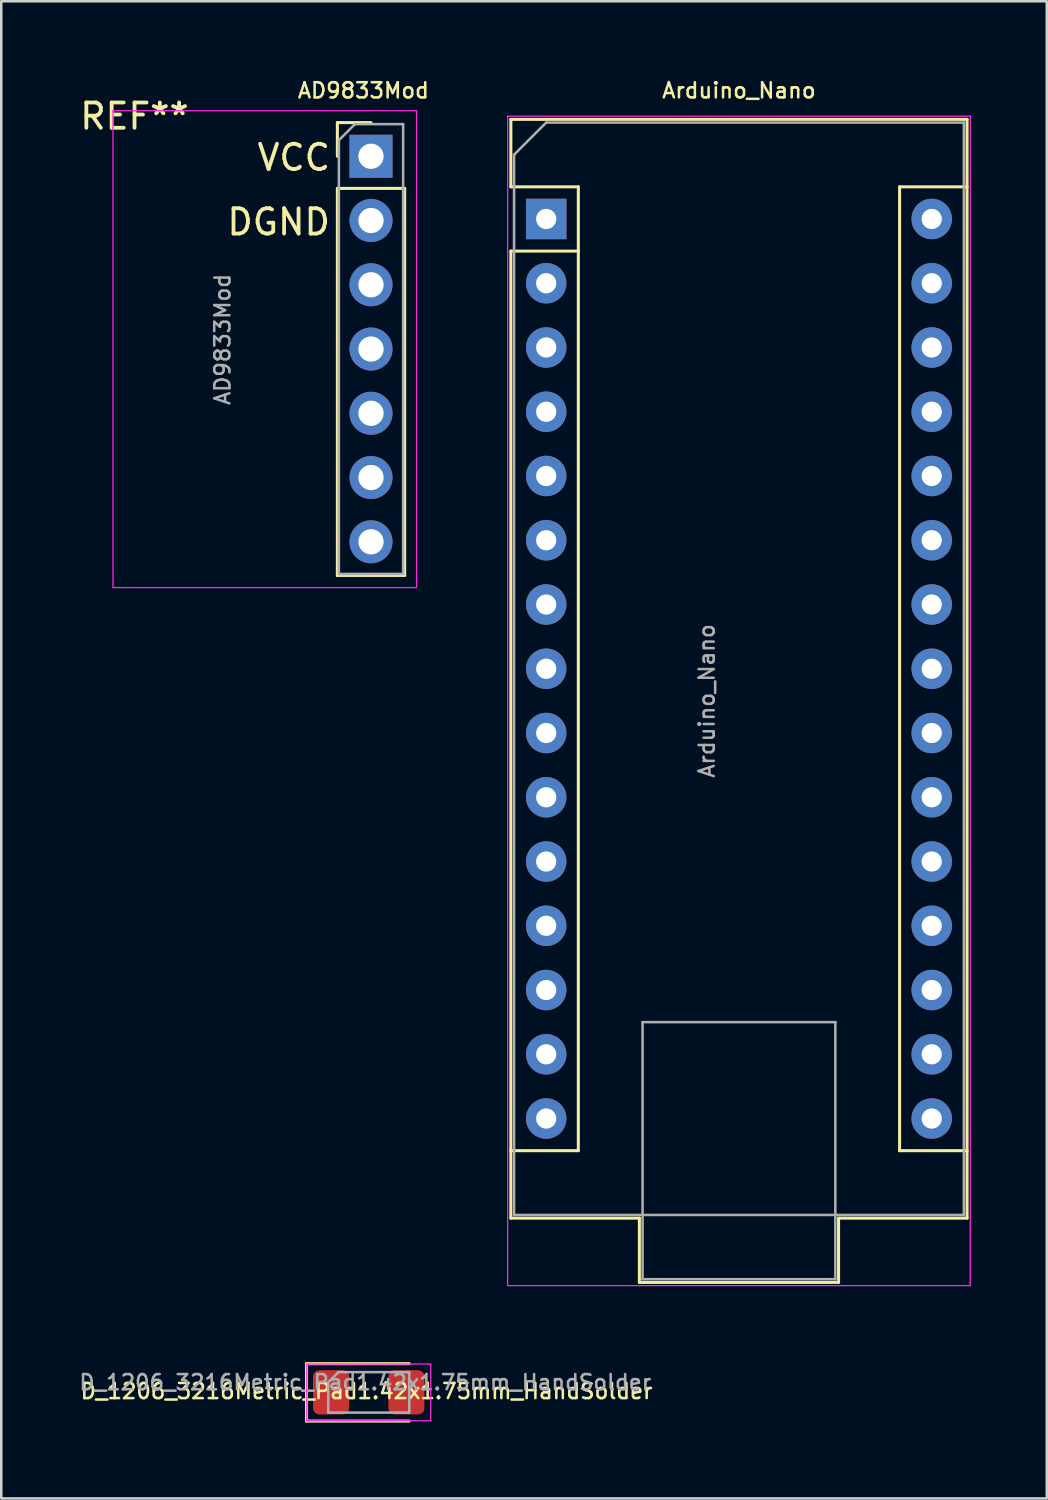
<source format=kicad_pcb>
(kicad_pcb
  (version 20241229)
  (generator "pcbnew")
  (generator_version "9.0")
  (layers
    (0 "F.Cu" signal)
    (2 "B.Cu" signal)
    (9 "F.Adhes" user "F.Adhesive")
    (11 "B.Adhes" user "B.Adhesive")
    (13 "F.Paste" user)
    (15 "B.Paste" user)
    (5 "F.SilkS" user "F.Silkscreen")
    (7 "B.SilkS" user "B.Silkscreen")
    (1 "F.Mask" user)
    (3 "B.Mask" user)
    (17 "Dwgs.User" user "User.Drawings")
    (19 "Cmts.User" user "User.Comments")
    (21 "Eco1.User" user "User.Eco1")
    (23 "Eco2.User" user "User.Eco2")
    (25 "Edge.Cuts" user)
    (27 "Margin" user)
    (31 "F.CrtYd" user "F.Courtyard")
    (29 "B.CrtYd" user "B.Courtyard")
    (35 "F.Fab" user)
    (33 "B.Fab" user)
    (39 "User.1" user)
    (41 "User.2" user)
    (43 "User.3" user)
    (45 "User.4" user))
  (footprint "D_1206_3216Metric_Pad1.42x1.75mm_HandSolder"
    (layer "F.Cu")
    (at 11.527 51.99)
    (property "Reference" "D_1206_3216Metric_Pad1.42x1.75mm_HandSolder" (at -0.086 -0.046 0) (layer "F.SilkS") (effects (font (size 0.6 0.6) (thickness 0.1))))
    (attr smd)
    (fp_line (start -2.46 -1.135) (end -2.46 1.135) (stroke (width 0.12) (type solid)) (layer "F.SilkS"))
    (fp_line (start -2.46 1.135) (end 1.6 1.135) (stroke (width 0.12) (type solid)) (layer "F.SilkS"))
    (fp_line (start 1.6 -1.135) (end -2.46 -1.135) (stroke (width 0.12) (type solid)) (layer "F.SilkS"))
    (fp_line (start -2.45 -1.12) (end 2.45 -1.12) (stroke (width 0.05) (type solid)) (layer "F.CrtYd"))
    (fp_line (start -2.45 1.12) (end -2.45 -1.12) (stroke (width 0.05) (type solid)) (layer "F.CrtYd"))
    (fp_line (start 2.45 -1.12) (end 2.45 1.12) (stroke (width 0.05) (type solid)) (layer "F.CrtYd"))
    (fp_line (start 2.45 1.12) (end -2.45 1.12) (stroke (width 0.05) (type solid)) (layer "F.CrtYd"))
    (fp_line (start -1.6 -0.4) (end -1.6 0.8) (stroke (width 0.1) (type solid)) (layer "F.Fab"))
    (fp_line (start -1.6 0.8) (end 1.6 0.8) (stroke (width 0.1) (type solid)) (layer "F.Fab"))
    (fp_line (start -1.2 -0.8) (end -1.6 -0.4) (stroke (width 0.1) (type solid)) (layer "F.Fab"))
    (fp_line (start 1.6 -0.8) (end -1.2 -0.8) (stroke (width 0.1) (type solid)) (layer "F.Fab"))
    (fp_line (start 1.6 0.8) (end 1.6 -0.8) (stroke (width 0.1) (type solid)) (layer "F.Fab"))
    (fp_text user "${REFERENCE}" (at -0.137 -0.396 0) (layer "F.Fab") (effects (font (size 0.6 0.6) (thickness 0.1))))
    (pad "1" smd roundrect (at -1.488 0) (size 1.425 1.75) (layers "F.Cu" "F.Mask" "F.Paste") (roundrect_rratio 0.175))
    (pad "2" smd roundrect (at 1.488 0) (size 1.425 1.75) (layers "F.Cu" "F.Mask" "F.Paste") (roundrect_rratio 0.175)))
  (footprint "AD9833Mod"
    (layer "F.Cu")
    (at 11.616 3.127)
    (property "Reference" "AD9833Mod" (at -0.3 -2.6 0) (layer "F.SilkS") (effects (font (size 0.6 0.6) (thickness 0.1))))
    (attr through_hole)
    (fp_line (start -1.33 -1.33) (end 0 -1.33) (stroke (width 0.12) (type solid)) (layer "F.SilkS"))
    (fp_line (start -1.33 0) (end -1.33 -1.33) (stroke (width 0.12) (type solid)) (layer "F.SilkS"))
    (fp_line (start -1.33 1.27) (end -1.33 16.57) (stroke (width 0.12) (type solid)) (layer "F.SilkS"))
    (fp_line (start -1.33 1.27) (end 1.33 1.27) (stroke (width 0.12) (type solid)) (layer "F.SilkS"))
    (fp_line (start -1.33 16.57) (end 1.33 16.57) (stroke (width 0.12) (type solid)) (layer "F.SilkS"))
    (fp_line (start 1.33 1.27) (end 1.33 16.57) (stroke (width 0.12) (type solid)) (layer "F.SilkS"))
    (fp_line (start -10.2 -1.8) (end -10.2 17.05) (stroke (width 0.05) (type solid)) (layer "F.CrtYd"))
    (fp_line (start -10.2 17.05) (end 1.8 17.05) (stroke (width 0.05) (type solid)) (layer "F.CrtYd"))
    (fp_line (start 1.8 -1.8) (end -10.2 -1.8) (stroke (width 0.05) (type solid)) (layer "F.CrtYd"))
    (fp_line (start 1.8 17.05) (end 1.8 -1.8) (stroke (width 0.05) (type solid)) (layer "F.CrtYd"))
    (fp_line (start -1.27 -0.635) (end -0.635 -1.27) (stroke (width 0.1) (type solid)) (layer "F.Fab"))
    (fp_line (start -1.27 16.51) (end -1.27 -0.635) (stroke (width 0.1) (type solid)) (layer "F.Fab"))
    (fp_line (start -0.635 -1.27) (end 1.27 -1.27) (stroke (width 0.1) (type solid)) (layer "F.Fab"))
    (fp_line (start 1.27 -1.27) (end 1.27 16.51) (stroke (width 0.1) (type solid)) (layer "F.Fab"))
    (fp_line (start 1.27 16.51) (end -1.27 16.51) (stroke (width 0.1) (type solid)) (layer "F.Fab"))
    (fp_text user "DGND" (at -3.65 2.6 0) (layer "F.SilkS") (effects (font (size 1 1) (thickness 0.15))))
    (fp_text user "REF**" (at -9.348 -1.581 0) (layer "F.SilkS") (effects (font (size 1 1) (thickness 0.15))))
    (fp_text user "VCC" (at -3.05 0.05 0) (layer "F.SilkS") (effects (font (size 1 1) (thickness 0.15))))
    (fp_text user "${REFERENCE}" (at -5.87 7.24 90) (layer "F.Fab") (effects (font (size 0.6 0.6) (thickness 0.1))))
    (pad "1" thru_hole rect (at 0 0) (size 1.7 1.7) (drill 1) (layers "*.Cu" "*.Mask"))
    (pad "2" thru_hole oval (at 0 2.54) (size 1.7 1.7) (drill 1) (layers "*.Cu" "*.Mask"))
    (pad "3" thru_hole oval (at 0 5.08) (size 1.7 1.7) (drill 1) (layers "*.Cu" "*.Mask"))
    (pad "4" thru_hole oval (at 0 7.62) (size 1.7 1.7) (drill 1) (layers "*.Cu" "*.Mask"))
    (pad "5" thru_hole oval (at 0 10.16) (size 1.7 1.7) (drill 1) (layers "*.Cu" "*.Mask"))
    (pad "6" thru_hole oval (at 0 12.7) (size 1.7 1.7) (drill 1) (layers "*.Cu" "*.Mask"))
    (pad "7" thru_hole oval (at 0 15.24) (size 1.7 1.7) (drill 1) (layers "*.Cu" "*.Mask")))
  (footprint "Arduino_Nano"
    (layer "F.Cu")
    (at 18.541 5.606)
    (property "Reference" "Arduino_Nano" (at 7.62 -5.08 0) (layer "F.SilkS") (effects (font (size 0.6 0.6) (thickness 0.1))))
    (attr through_hole)
    (fp_line (start -1.397 -3.937) (end -1.397 -1.27) (stroke (width 0.12) (type solid)) (layer "F.SilkS"))
    (fp_line (start -1.397 1.27) (end -1.397 39.497) (stroke (width 0.12) (type solid)) (layer "F.SilkS"))
    (fp_line (start -1.397 39.497) (end 3.683 39.497) (stroke (width 0.12) (type solid)) (layer "F.SilkS"))
    (fp_line (start 1.27 -1.27) (end -1.397 -1.27) (stroke (width 0.12) (type solid)) (layer "F.SilkS"))
    (fp_line (start 1.27 1.27) (end -1.397 1.27) (stroke (width 0.12) (type solid)) (layer "F.SilkS"))
    (fp_line (start 1.27 1.27) (end 1.27 -1.27) (stroke (width 0.12) (type solid)) (layer "F.SilkS"))
    (fp_line (start 1.27 1.27) (end 1.27 36.83) (stroke (width 0.12) (type solid)) (layer "F.SilkS"))
    (fp_line (start 1.27 36.83) (end -1.4 36.83) (stroke (width 0.12) (type solid)) (layer "F.SilkS"))
    (fp_line (start 3.683 42.037) (end 3.683 39.497) (stroke (width 0.12) (type solid)) (layer "F.SilkS"))
    (fp_line (start 3.683 42.037) (end 11.557 42.037) (stroke (width 0.12) (type solid)) (layer "F.SilkS"))
    (fp_line (start 11.557 39.497) (end 16.637 39.497) (stroke (width 0.12) (type solid)) (layer "F.SilkS"))
    (fp_line (start 11.557 42.037) (end 11.557 39.497) (stroke (width 0.12) (type solid)) (layer "F.SilkS"))
    (fp_line (start 13.97 -1.27) (end 13.97 36.83) (stroke (width 0.12) (type solid)) (layer "F.SilkS"))
    (fp_line (start 13.97 -1.27) (end 16.64 -1.27) (stroke (width 0.12) (type solid)) (layer "F.SilkS"))
    (fp_line (start 13.97 36.83) (end 16.64 36.83) (stroke (width 0.12) (type solid)) (layer "F.SilkS"))
    (fp_line (start 16.637 -3.937) (end -1.397 -3.937) (stroke (width 0.12) (type solid)) (layer "F.SilkS"))
    (fp_line (start 16.637 39.497) (end 16.637 -3.937) (stroke (width 0.12) (type solid)) (layer "F.SilkS"))
    (fp_line (start -1.524 -4.064) (end -1.524 42.164) (stroke (width 0.05) (type solid)) (layer "F.CrtYd"))
    (fp_line (start -1.524 -4.064) (end 16.764 -4.064) (stroke (width 0.05) (type solid)) (layer "F.CrtYd"))
    (fp_line (start 16.764 42.164) (end -1.524 42.164) (stroke (width 0.05) (type solid)) (layer "F.CrtYd"))
    (fp_line (start 16.764 42.164) (end 16.764 -4.064) (stroke (width 0.05) (type solid)) (layer "F.CrtYd"))
    (fp_line (start -1.27 -2.54) (end 0 -3.81) (stroke (width 0.1) (type solid)) (layer "F.Fab"))
    (fp_line (start -1.27 39.37) (end -1.27 -2.54) (stroke (width 0.1) (type solid)) (layer "F.Fab"))
    (fp_line (start 0 -3.81) (end 16.51 -3.81) (stroke (width 0.1) (type solid)) (layer "F.Fab"))
    (fp_line (start 3.81 31.75) (end 11.43 31.75) (stroke (width 0.1) (type solid)) (layer "F.Fab"))
    (fp_line (start 3.81 41.91) (end 3.81 31.75) (stroke (width 0.1) (type solid)) (layer "F.Fab"))
    (fp_line (start 11.43 31.75) (end 11.43 41.91) (stroke (width 0.1) (type solid)) (layer "F.Fab"))
    (fp_line (start 11.43 41.91) (end 3.81 41.91) (stroke (width 0.1) (type solid)) (layer "F.Fab"))
    (fp_line (start 16.51 -3.81) (end 16.51 39.37) (stroke (width 0.1) (type solid)) (layer "F.Fab"))
    (fp_line (start 16.51 39.37) (end -1.27 39.37) (stroke (width 0.1) (type solid)) (layer "F.Fab"))
    (fp_text user "${REFERENCE}" (at 6.35 19.05 90) (layer "F.Fab") (effects (font (size 0.6 0.6) (thickness 0.1))))
    (pad "1" thru_hole rect (at 0 0) (size 1.6 1.6) (drill 0.8) (layers "*.Cu" "*.Mask"))
    (pad "2" thru_hole oval (at 0 2.54) (size 1.6 1.6) (drill 0.8) (layers "*.Cu" "*.Mask"))
    (pad "3" thru_hole oval (at 0 5.08) (size 1.6 1.6) (drill 0.8) (layers "*.Cu" "*.Mask"))
    (pad "4" thru_hole oval (at 0 7.62) (size 1.6 1.6) (drill 0.8) (layers "*.Cu" "*.Mask"))
    (pad "5" thru_hole oval (at 0 10.16) (size 1.6 1.6) (drill 0.8) (layers "*.Cu" "*.Mask"))
    (pad "6" thru_hole oval (at 0 12.7) (size 1.6 1.6) (drill 0.8) (layers "*.Cu" "*.Mask"))
    (pad "7" thru_hole oval (at 0 15.24) (size 1.6 1.6) (drill 0.8) (layers "*.Cu" "*.Mask"))
    (pad "8" thru_hole oval (at 0 17.78) (size 1.6 1.6) (drill 0.8) (layers "*.Cu" "*.Mask"))
    (pad "9" thru_hole oval (at 0 20.32) (size 1.6 1.6) (drill 0.8) (layers "*.Cu" "*.Mask"))
    (pad "10" thru_hole oval (at 0 22.86) (size 1.6 1.6) (drill 0.8) (layers "*.Cu" "*.Mask"))
    (pad "11" thru_hole oval (at 0 25.4) (size 1.6 1.6) (drill 0.8) (layers "*.Cu" "*.Mask"))
    (pad "12" thru_hole oval (at 0 27.94) (size 1.6 1.6) (drill 0.8) (layers "*.Cu" "*.Mask"))
    (pad "13" thru_hole oval (at 0 30.48) (size 1.6 1.6) (drill 0.8) (layers "*.Cu" "*.Mask"))
    (pad "14" thru_hole oval (at 0 33.02) (size 1.6 1.6) (drill 0.8) (layers "*.Cu" "*.Mask"))
    (pad "15" thru_hole oval (at 0 35.56) (size 1.6 1.6) (drill 0.8) (layers "*.Cu" "*.Mask"))
    (pad "16" thru_hole oval (at 15.24 35.56) (size 1.6 1.6) (drill 0.8) (layers "*.Cu" "*.Mask"))
    (pad "17" thru_hole oval (at 15.24 33.02) (size 1.6 1.6) (drill 0.8) (layers "*.Cu" "*.Mask"))
    (pad "18" thru_hole oval (at 15.24 30.48) (size 1.6 1.6) (drill 0.8) (layers "*.Cu" "*.Mask"))
    (pad "19" thru_hole oval (at 15.24 27.94) (size 1.6 1.6) (drill 0.8) (layers "*.Cu" "*.Mask"))
    (pad "20" thru_hole oval (at 15.24 25.4) (size 1.6 1.6) (drill 0.8) (layers "*.Cu" "*.Mask"))
    (pad "21" thru_hole oval (at 15.24 22.86) (size 1.6 1.6) (drill 0.8) (layers "*.Cu" "*.Mask"))
    (pad "22" thru_hole oval (at 15.24 20.32) (size 1.6 1.6) (drill 0.8) (layers "*.Cu" "*.Mask"))
    (pad "23" thru_hole oval (at 15.24 17.78) (size 1.6 1.6) (drill 0.8) (layers "*.Cu" "*.Mask"))
    (pad "24" thru_hole oval (at 15.24 15.24) (size 1.6 1.6) (drill 0.8) (layers "*.Cu" "*.Mask"))
    (pad "25" thru_hole oval (at 15.24 12.7) (size 1.6 1.6) (drill 0.8) (layers "*.Cu" "*.Mask"))
    (pad "26" thru_hole oval (at 15.24 10.16) (size 1.6 1.6) (drill 0.8) (layers "*.Cu" "*.Mask"))
    (pad "27" thru_hole oval (at 15.24 7.62) (size 1.6 1.6) (drill 0.8) (layers "*.Cu" "*.Mask"))
    (pad "28" thru_hole oval (at 15.24 5.08) (size 1.6 1.6) (drill 0.8) (layers "*.Cu" "*.Mask"))
    (pad "29" thru_hole oval (at 15.24 2.54) (size 1.6 1.6) (drill 0.8) (layers "*.Cu" "*.Mask"))
    (pad "30" thru_hole oval (at 15.24 0) (size 1.6 1.6) (drill 0.8) (layers "*.Cu" "*.Mask")))
  (gr_rect
    (start -3 -3)
    (end 38.33 56.185)
    (stroke (width 0.1) (type default))
    (fill no)
    (layer "Edge.Cuts")))
</source>
